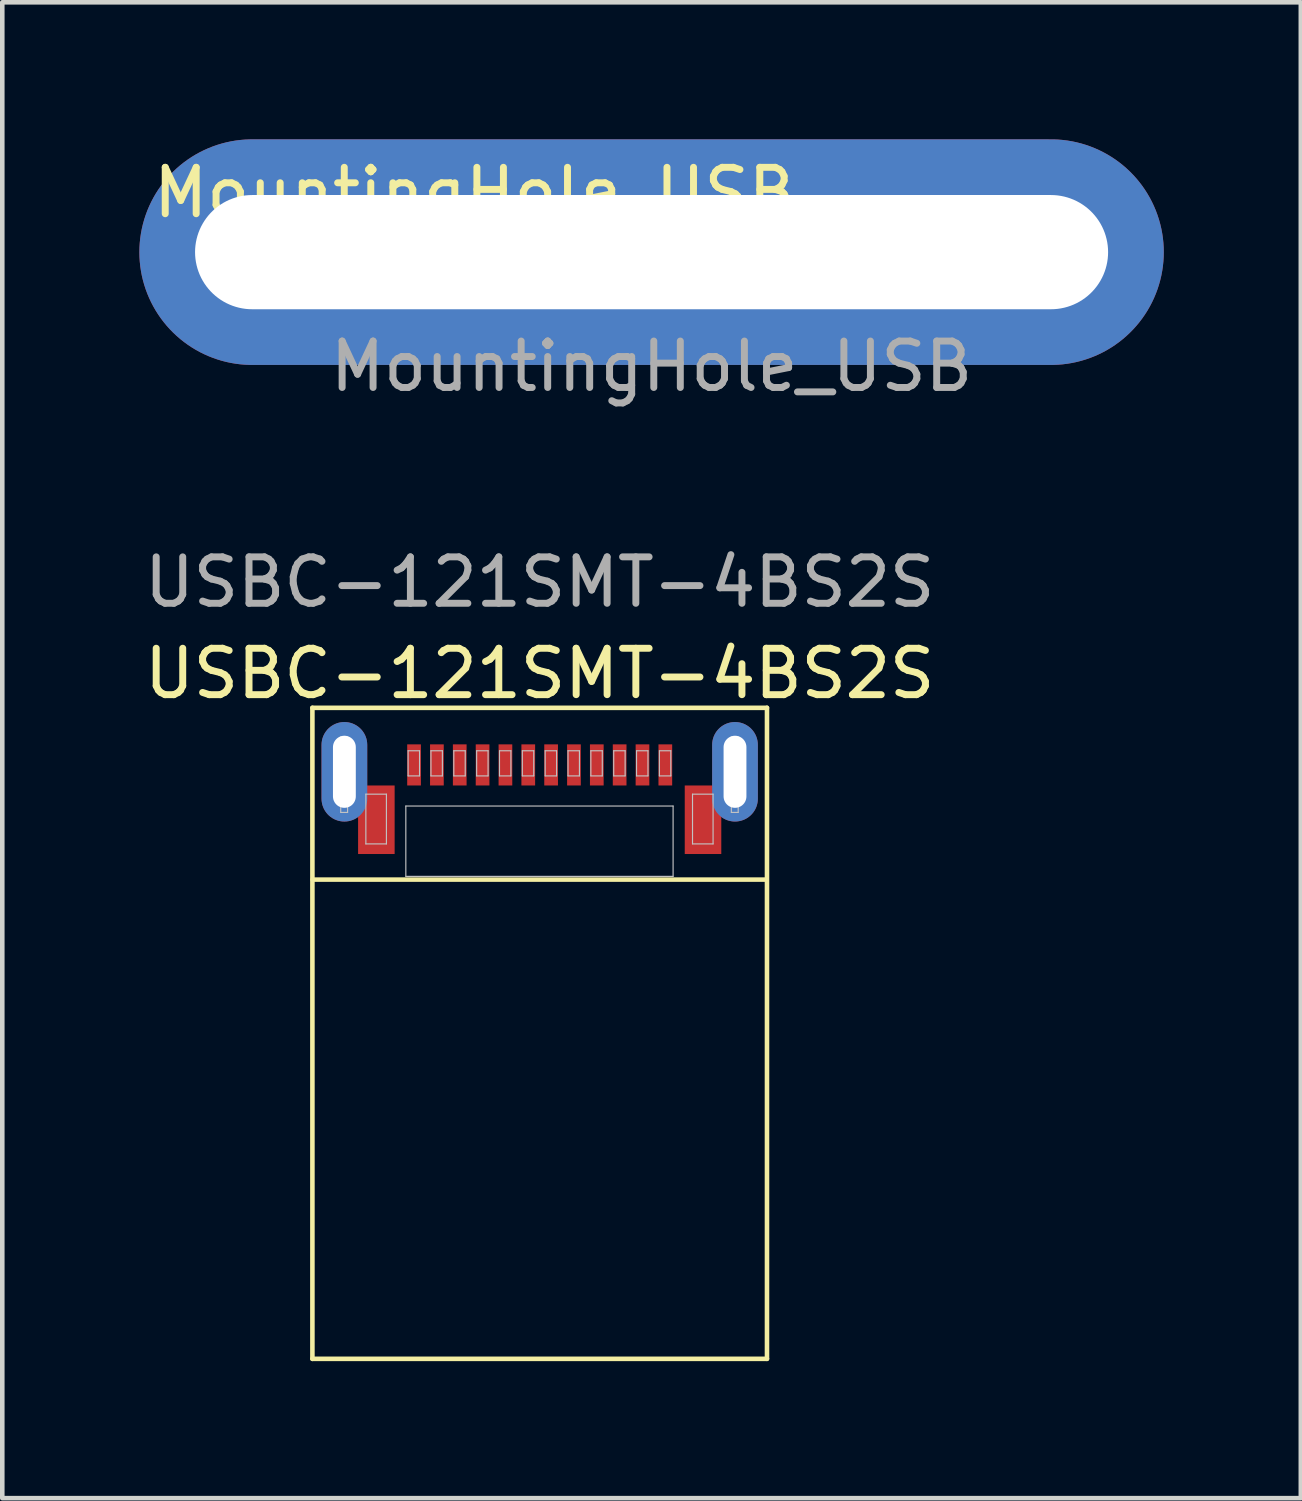
<source format=kicad_pcb>
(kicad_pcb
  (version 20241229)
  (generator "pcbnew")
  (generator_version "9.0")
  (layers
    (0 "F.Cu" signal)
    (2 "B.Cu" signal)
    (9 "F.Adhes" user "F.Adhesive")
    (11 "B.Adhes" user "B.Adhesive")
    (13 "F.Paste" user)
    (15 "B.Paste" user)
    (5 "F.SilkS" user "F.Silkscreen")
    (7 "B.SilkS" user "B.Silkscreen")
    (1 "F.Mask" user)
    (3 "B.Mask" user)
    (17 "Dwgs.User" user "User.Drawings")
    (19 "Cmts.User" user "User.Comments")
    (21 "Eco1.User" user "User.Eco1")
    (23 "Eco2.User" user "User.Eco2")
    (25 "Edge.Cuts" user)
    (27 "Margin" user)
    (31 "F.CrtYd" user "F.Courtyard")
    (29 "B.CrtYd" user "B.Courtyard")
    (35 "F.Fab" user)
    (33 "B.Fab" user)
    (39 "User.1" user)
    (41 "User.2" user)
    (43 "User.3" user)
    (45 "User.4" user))
  (footprint "MountingHole_USB"
    (layer "F.Cu")
    (at 11.212 2.469)
    (property "Reference" "MountingHole_USB" (at -3.872 -1.303 0) (unlocked yes) (layer "F.SilkS") (effects (font (size 1.016 1.016) (thickness 0.152))))
    (fp_text user "${REFERENCE}" (at 0 2.5 0) (unlocked yes) (layer "F.Fab") (effects (font (size 1.016 1.016) (thickness 0.152))))
    (pad "1" thru_hole oval (at 0 0) (size 22.423 4.938) (drill oval 19.985 2.5) (layers "*.Cu" "*.Mask")))
  (footprint "USBC-121SMT-4BS2S"
    (layer "F.Cu")
    (at 8.763 13.693)
    (property "Reference" "USBC-121SMT-4BS2S" (at 0 -2 0) (unlocked yes) (layer "F.SilkS") (effects (font (size 1.016 1.016) (thickness 0.152))))
    (fp_line (start -4.975 13) (end -4.975 -1.25) (stroke (width 0.1) (type default)) (layer "F.SilkS"))
    (fp_line (start 4.97 2.51) (end -4.97 2.51) (stroke (width 0.1) (type default)) (layer "F.SilkS"))
    (fp_line (start 4.975 -1.25) (end -4.975 -1.25) (stroke (width 0.1) (type default)) (layer "F.SilkS"))
    (fp_line (start 4.975 -1.25) (end 4.975 13) (stroke (width 0.1) (type default)) (layer "F.SilkS"))
    (fp_line (start 4.975 13) (end -4.975 13) (stroke (width 0.1) (type default)) (layer "F.SilkS"))
    (fp_line (start -4.355 -0.61) (end -4.355 -0.11) (stroke (width 0.025) (type solid)) (layer "Dwgs.User"))
    (fp_line (start -4.355 -0.11) (end -4.355 0.39) (stroke (width 0.025) (type solid)) (layer "Dwgs.User"))
    (fp_line (start -4.355 -0.11) (end -4.205 -0.11) (stroke (width 0.025) (type solid)) (layer "Dwgs.User"))
    (fp_line (start -4.355 0.39) (end -4.205 0.39) (stroke (width 0.025) (type solid)) (layer "Dwgs.User"))
    (fp_line (start -4.355 0.39) (end -4.205 0.39) (stroke (width 0.025) (type solid)) (layer "Dwgs.User"))
    (fp_line (start -4.355 0.89) (end -4.355 0.39) (stroke (width 0.025) (type solid)) (layer "Dwgs.User"))
    (fp_line (start -4.355 0.89) (end -4.205 0.89) (stroke (width 0.025) (type solid)) (layer "Dwgs.User"))
    (fp_line (start -4.355 1.04) (end -4.355 0.89) (stroke (width 0.025) (type solid)) (layer "Dwgs.User"))
    (fp_line (start -4.205 -0.61) (end -4.355 -0.61) (stroke (width 0.025) (type solid)) (layer "Dwgs.User"))
    (fp_line (start -4.205 -0.11) (end -4.355 -0.11) (stroke (width 0.025) (type solid)) (layer "Dwgs.User"))
    (fp_line (start -4.205 -0.11) (end -4.205 -0.61) (stroke (width 0.025) (type solid)) (layer "Dwgs.User"))
    (fp_line (start -4.205 0.39) (end -4.205 -0.11) (stroke (width 0.025) (type solid)) (layer "Dwgs.User"))
    (fp_line (start -4.205 0.39) (end -4.205 0.89) (stroke (width 0.025) (type solid)) (layer "Dwgs.User"))
    (fp_line (start -4.205 0.89) (end -4.355 0.89) (stroke (width 0.025) (type solid)) (layer "Dwgs.User"))
    (fp_line (start -4.205 0.89) (end -4.205 1.04) (stroke (width 0.025) (type solid)) (layer "Dwgs.User"))
    (fp_line (start -4.205 1.04) (end -4.355 1.04) (stroke (width 0.025) (type solid)) (layer "Dwgs.User"))
    (fp_line (start -3.805 0.64) (end -3.805 1.729) (stroke (width 0.025) (type solid)) (layer "Dwgs.User"))
    (fp_line (start -3.805 1.729) (end -3.355 1.729) (stroke (width 0.025) (type solid)) (layer "Dwgs.User"))
    (fp_line (start -3.355 0.64) (end -3.805 0.64) (stroke (width 0.025) (type solid)) (layer "Dwgs.User"))
    (fp_line (start -3.355 1.729) (end -3.355 0.64) (stroke (width 0.025) (type solid)) (layer "Dwgs.User"))
    (fp_line (start -2.93 0.9) (end -2.93 2.44) (stroke (width 0.025) (type solid)) (layer "Dwgs.User"))
    (fp_line (start -2.93 2.44) (end 2.92 2.44) (stroke (width 0.025) (type solid)) (layer "Dwgs.User"))
    (fp_line (start -2.88 -0.31) (end -2.88 0.24) (stroke (width 0.025) (type solid)) (layer "Dwgs.User"))
    (fp_line (start -2.88 0.24) (end -2.63 0.24) (stroke (width 0.025) (type solid)) (layer "Dwgs.User"))
    (fp_line (start -2.63 -0.31) (end -2.88 -0.31) (stroke (width 0.025) (type solid)) (layer "Dwgs.User"))
    (fp_line (start -2.63 0.24) (end -2.63 -0.31) (stroke (width 0.025) (type solid)) (layer "Dwgs.User"))
    (fp_line (start -2.38 -0.31) (end -2.38 0.24) (stroke (width 0.025) (type solid)) (layer "Dwgs.User"))
    (fp_line (start -2.38 0.24) (end -2.13 0.24) (stroke (width 0.025) (type solid)) (layer "Dwgs.User"))
    (fp_line (start -2.13 -0.31) (end -2.38 -0.31) (stroke (width 0.025) (type solid)) (layer "Dwgs.User"))
    (fp_line (start -2.13 0.24) (end -2.13 -0.31) (stroke (width 0.025) (type solid)) (layer "Dwgs.User"))
    (fp_line (start -1.88 -0.31) (end -1.88 0.24) (stroke (width 0.025) (type solid)) (layer "Dwgs.User"))
    (fp_line (start -1.88 0.24) (end -1.63 0.24) (stroke (width 0.025) (type solid)) (layer "Dwgs.User"))
    (fp_line (start -1.63 -0.31) (end -1.88 -0.31) (stroke (width 0.025) (type solid)) (layer "Dwgs.User"))
    (fp_line (start -1.63 0.24) (end -1.63 -0.31) (stroke (width 0.025) (type solid)) (layer "Dwgs.User"))
    (fp_line (start -1.38 -0.31) (end -1.38 0.24) (stroke (width 0.025) (type solid)) (layer "Dwgs.User"))
    (fp_line (start -1.38 0.24) (end -1.13 0.24) (stroke (width 0.025) (type solid)) (layer "Dwgs.User"))
    (fp_line (start -1.13 -0.31) (end -1.38 -0.31) (stroke (width 0.025) (type solid)) (layer "Dwgs.User"))
    (fp_line (start -1.13 0.24) (end -1.13 -0.31) (stroke (width 0.025) (type solid)) (layer "Dwgs.User"))
    (fp_line (start -0.88 -0.31) (end -0.88 0.24) (stroke (width 0.025) (type solid)) (layer "Dwgs.User"))
    (fp_line (start -0.88 0.24) (end -0.63 0.24) (stroke (width 0.025) (type solid)) (layer "Dwgs.User"))
    (fp_line (start -0.63 -0.31) (end -0.88 -0.31) (stroke (width 0.025) (type solid)) (layer "Dwgs.User"))
    (fp_line (start -0.63 0.24) (end -0.63 -0.31) (stroke (width 0.025) (type solid)) (layer "Dwgs.User"))
    (fp_line (start -0.38 -0.31) (end -0.38 0.24) (stroke (width 0.025) (type solid)) (layer "Dwgs.User"))
    (fp_line (start -0.38 0.24) (end -0.13 0.24) (stroke (width 0.025) (type solid)) (layer "Dwgs.User"))
    (fp_line (start -0.13 -0.31) (end -0.38 -0.31) (stroke (width 0.025) (type solid)) (layer "Dwgs.User"))
    (fp_line (start -0.13 0.24) (end -0.13 -0.31) (stroke (width 0.025) (type solid)) (layer "Dwgs.User"))
    (fp_line (start 0.12 -0.31) (end 0.12 0.24) (stroke (width 0.025) (type solid)) (layer "Dwgs.User"))
    (fp_line (start 0.12 0.24) (end 0.37 0.24) (stroke (width 0.025) (type solid)) (layer "Dwgs.User"))
    (fp_line (start 0.37 -0.31) (end 0.12 -0.31) (stroke (width 0.025) (type solid)) (layer "Dwgs.User"))
    (fp_line (start 0.37 0.24) (end 0.37 -0.31) (stroke (width 0.025) (type solid)) (layer "Dwgs.User"))
    (fp_line (start 0.62 -0.31) (end 0.62 0.24) (stroke (width 0.025) (type solid)) (layer "Dwgs.User"))
    (fp_line (start 0.62 0.24) (end 0.87 0.24) (stroke (width 0.025) (type solid)) (layer "Dwgs.User"))
    (fp_line (start 0.87 -0.31) (end 0.62 -0.31) (stroke (width 0.025) (type solid)) (layer "Dwgs.User"))
    (fp_line (start 0.87 0.24) (end 0.87 -0.31) (stroke (width 0.025) (type solid)) (layer "Dwgs.User"))
    (fp_line (start 1.12 -0.31) (end 1.12 0.24) (stroke (width 0.025) (type solid)) (layer "Dwgs.User"))
    (fp_line (start 1.12 0.24) (end 1.37 0.24) (stroke (width 0.025) (type solid)) (layer "Dwgs.User"))
    (fp_line (start 1.37 -0.31) (end 1.12 -0.31) (stroke (width 0.025) (type solid)) (layer "Dwgs.User"))
    (fp_line (start 1.37 0.24) (end 1.37 -0.31) (stroke (width 0.025) (type solid)) (layer "Dwgs.User"))
    (fp_line (start 1.62 -0.31) (end 1.62 0.24) (stroke (width 0.025) (type solid)) (layer "Dwgs.User"))
    (fp_line (start 1.62 0.24) (end 1.87 0.24) (stroke (width 0.025) (type solid)) (layer "Dwgs.User"))
    (fp_line (start 1.87 -0.31) (end 1.62 -0.31) (stroke (width 0.025) (type solid)) (layer "Dwgs.User"))
    (fp_line (start 1.87 0.24) (end 1.87 -0.31) (stroke (width 0.025) (type solid)) (layer "Dwgs.User"))
    (fp_line (start 2.12 -0.31) (end 2.12 0.24) (stroke (width 0.025) (type solid)) (layer "Dwgs.User"))
    (fp_line (start 2.12 0.24) (end 2.37 0.24) (stroke (width 0.025) (type solid)) (layer "Dwgs.User"))
    (fp_line (start 2.37 -0.31) (end 2.12 -0.31) (stroke (width 0.025) (type solid)) (layer "Dwgs.User"))
    (fp_line (start 2.37 0.24) (end 2.37 -0.31) (stroke (width 0.025) (type solid)) (layer "Dwgs.User"))
    (fp_line (start 2.62 -0.31) (end 2.62 0.24) (stroke (width 0.025) (type solid)) (layer "Dwgs.User"))
    (fp_line (start 2.62 0.24) (end 2.87 0.24) (stroke (width 0.025) (type solid)) (layer "Dwgs.User"))
    (fp_line (start 2.87 -0.31) (end 2.62 -0.31) (stroke (width 0.025) (type solid)) (layer "Dwgs.User"))
    (fp_line (start 2.87 0.24) (end 2.87 -0.31) (stroke (width 0.025) (type solid)) (layer "Dwgs.User"))
    (fp_line (start 2.92 0.9) (end -2.93 0.9) (stroke (width 0.025) (type solid)) (layer "Dwgs.User"))
    (fp_line (start 2.92 2.44) (end 2.92 0.9) (stroke (width 0.025) (type solid)) (layer "Dwgs.User"))
    (fp_line (start 3.345 0.64) (end 3.345 1.729) (stroke (width 0.025) (type solid)) (layer "Dwgs.User"))
    (fp_line (start 3.345 1.729) (end 3.795 1.729) (stroke (width 0.025) (type solid)) (layer "Dwgs.User"))
    (fp_line (start 3.795 0.64) (end 3.345 0.64) (stroke (width 0.025) (type solid)) (layer "Dwgs.User"))
    (fp_line (start 3.795 1.729) (end 3.795 0.64) (stroke (width 0.025) (type solid)) (layer "Dwgs.User"))
    (fp_line (start 4.195 -0.61) (end 4.345 -0.61) (stroke (width 0.025) (type solid)) (layer "Dwgs.User"))
    (fp_line (start 4.195 -0.11) (end 4.195 -0.61) (stroke (width 0.025) (type solid)) (layer "Dwgs.User"))
    (fp_line (start 4.195 -0.11) (end 4.345 -0.11) (stroke (width 0.025) (type solid)) (layer "Dwgs.User"))
    (fp_line (start 4.195 0.39) (end 4.195 -0.11) (stroke (width 0.025) (type solid)) (layer "Dwgs.User"))
    (fp_line (start 4.195 0.39) (end 4.195 0.89) (stroke (width 0.025) (type solid)) (layer "Dwgs.User"))
    (fp_line (start 4.195 0.89) (end 4.345 0.89) (stroke (width 0.025) (type solid)) (layer "Dwgs.User"))
    (fp_line (start 4.195 0.89) (end 4.345 0.89) (stroke (width 0.025) (type solid)) (layer "Dwgs.User"))
    (fp_line (start 4.195 1.04) (end 4.195 0.89) (stroke (width 0.025) (type solid)) (layer "Dwgs.User"))
    (fp_line (start 4.345 -0.61) (end 4.345 -0.11) (stroke (width 0.025) (type solid)) (layer "Dwgs.User"))
    (fp_line (start 4.345 -0.11) (end 4.195 -0.11) (stroke (width 0.025) (type solid)) (layer "Dwgs.User"))
    (fp_line (start 4.345 -0.11) (end 4.345 0.39) (stroke (width 0.025) (type solid)) (layer "Dwgs.User"))
    (fp_line (start 4.345 0.39) (end 4.195 0.39) (stroke (width 0.025) (type solid)) (layer "Dwgs.User"))
    (fp_line (start 4.345 0.39) (end 4.195 0.39) (stroke (width 0.025) (type solid)) (layer "Dwgs.User"))
    (fp_line (start 4.345 0.89) (end 4.345 0.39) (stroke (width 0.025) (type solid)) (layer "Dwgs.User"))
    (fp_line (start 4.345 0.89) (end 4.345 1.04) (stroke (width 0.025) (type solid)) (layer "Dwgs.User"))
    (fp_line (start 4.345 1.04) (end 4.195 1.04) (stroke (width 0.025) (type solid)) (layer "Dwgs.User"))
    (fp_text user "${REFERENCE}" (at 0 -4 0) (unlocked yes) (layer "F.Fab") (effects (font (size 1.016 1.016) (thickness 0.152))))
    (pad "A1" smd rect (at 2.75 0 90) (size 0.9 0.3) (layers "F.Cu" "F.Mask" "F.Paste"))
    (pad "A2" smd rect (at 2.25 0 90) (size 0.9 0.3) (layers "F.Cu" "F.Mask" "F.Paste"))
    (pad "A3" smd rect (at 1.75 0 90) (size 0.9 0.3) (layers "F.Cu" "F.Mask" "F.Paste"))
    (pad "A4" smd rect (at 1.25 0 90) (size 0.9 0.3) (layers "F.Cu" "F.Mask" "F.Paste"))
    (pad "A5" smd rect (at -1.25 0 90) (size 0.9 0.3) (layers "F.Cu" "F.Mask" "F.Paste"))
    (pad "A6" smd rect (at -1.75 0 90) (size 0.9 0.3) (layers "F.Cu" "F.Mask" "F.Paste"))
    (pad "A7" smd rect (at -2.25 0 90) (size 0.9 0.3) (layers "F.Cu" "F.Mask" "F.Paste"))
    (pad "A12" smd rect (at -2.75 0 90) (size 0.9 0.3) (layers "F.Cu" "F.Mask" "F.Paste"))
    (pad "B9" smd rect (at -0.75 0 90) (size 0.9 0.3) (layers "F.Cu" "F.Mask" "F.Paste"))
    (pad "B10" smd rect (at -0.25 0 90) (size 0.9 0.3) (layers "F.Cu" "F.Mask" "F.Paste"))
    (pad "B11" smd rect (at 0.25 0 90) (size 0.9 0.3) (layers "F.Cu" "F.Mask" "F.Paste"))
    (pad "B12" smd rect (at 0.75 0 90) (size 0.9 0.3) (layers "F.Cu" "F.Mask" "F.Paste"))
    (pad "S1" thru_hole oval (at -4.275 0.15 90) (size 2.178 1) (drill oval 1.578 0.5) (layers "*.Cu" "*.Mask"))
    (pad "S1" smd rect (at -3.575 1.2 90) (size 1.5 0.8) (layers "F.Cu" "F.Mask" "F.Paste"))
    (pad "S1" smd rect (at 3.575 1.2 90) (size 1.5 0.8) (layers "F.Cu" "F.Mask" "F.Paste"))
    (pad "S1" thru_hole oval (at 4.275 0.15 90) (size 2.178 1) (drill oval 1.578 0.5) (layers "*.Cu" "*.Mask")))
  (gr_rect
    (start -3 -3)
    (end 25.423 29.743)
    (stroke (width 0.1) (type default))
    (fill no)
    (layer "Edge.Cuts")))
</source>
